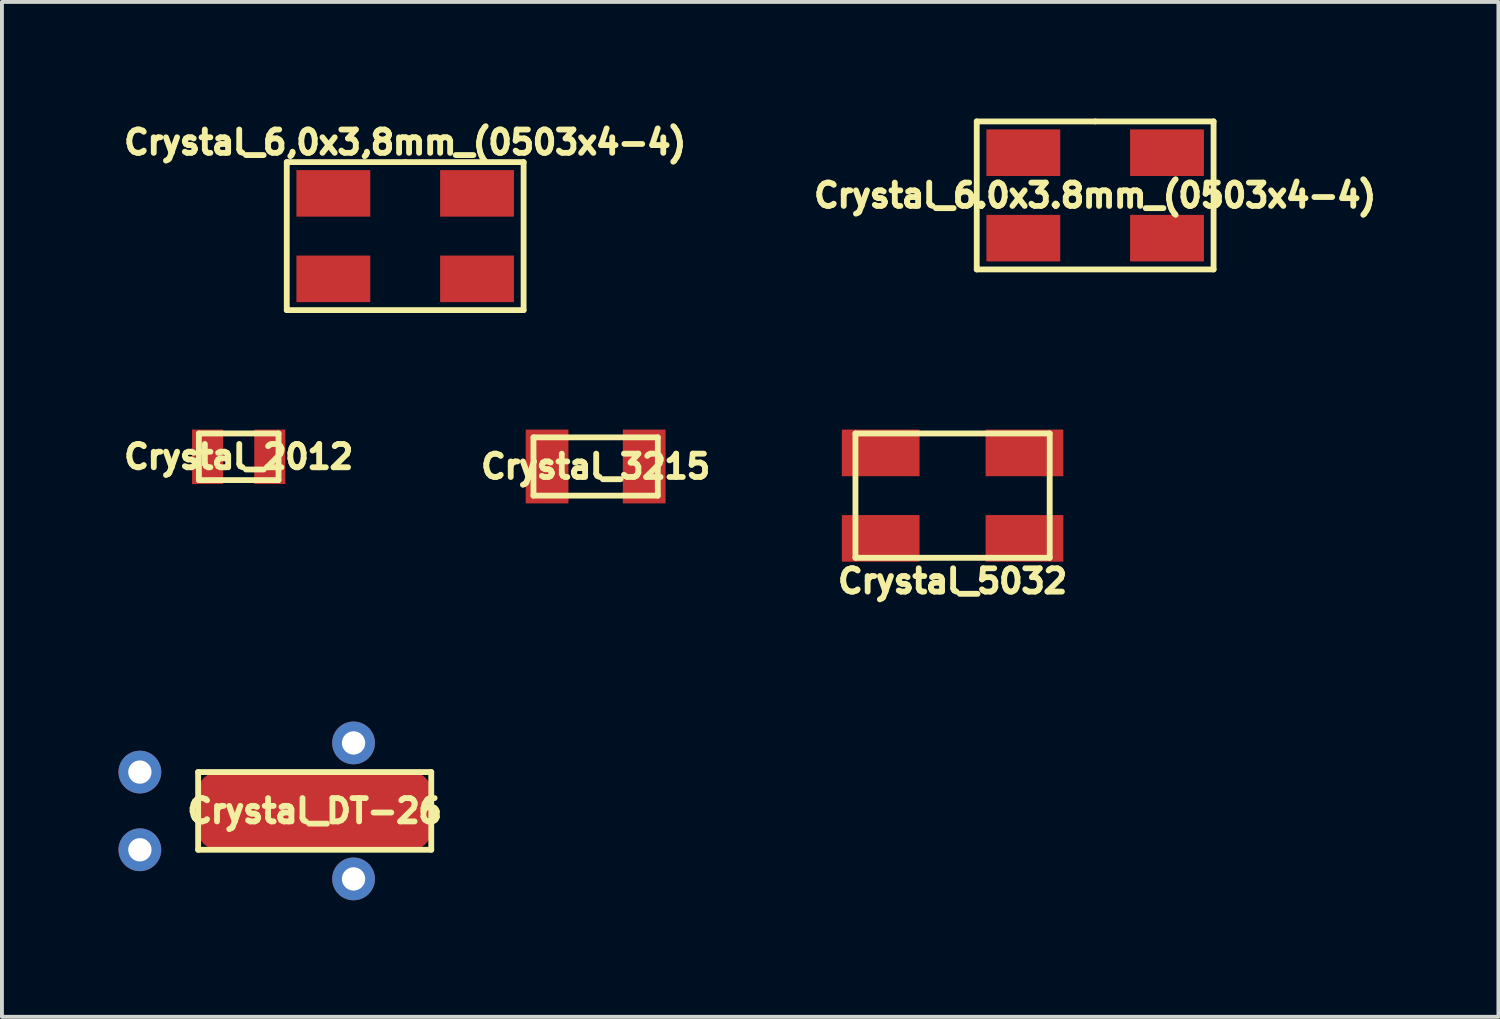
<source format=kicad_pcb>
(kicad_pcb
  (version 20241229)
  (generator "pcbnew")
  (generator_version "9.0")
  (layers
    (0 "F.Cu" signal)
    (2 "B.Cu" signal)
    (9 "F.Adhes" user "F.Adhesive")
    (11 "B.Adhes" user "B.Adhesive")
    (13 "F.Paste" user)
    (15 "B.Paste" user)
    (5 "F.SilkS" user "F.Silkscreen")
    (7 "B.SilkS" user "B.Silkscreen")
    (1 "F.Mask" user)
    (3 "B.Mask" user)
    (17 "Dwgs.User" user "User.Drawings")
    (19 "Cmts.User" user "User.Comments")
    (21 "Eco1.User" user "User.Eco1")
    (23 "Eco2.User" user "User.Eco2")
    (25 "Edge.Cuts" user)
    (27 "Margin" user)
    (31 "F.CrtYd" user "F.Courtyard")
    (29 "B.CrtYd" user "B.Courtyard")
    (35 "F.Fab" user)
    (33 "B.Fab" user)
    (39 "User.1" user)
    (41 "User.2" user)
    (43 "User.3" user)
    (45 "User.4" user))
  (footprint "Crystal_2012"
    (layer "F.Cu")
    (at 3.094 8.707)
    (property "Reference" "Crystal_2012" (at 0 0 0) (layer "F.SilkS") (effects (font (size 0.6 0.6) (thickness 0.15))))
    (attr smd)
    (fp_line (start -1.025 -0.6) (end 1.025 -0.6) (stroke (width 0.15) (type solid)) (layer "F.SilkS"))
    (fp_line (start -1.025 0.6) (end -1.025 -0.6) (stroke (width 0.15) (type solid)) (layer "F.SilkS"))
    (fp_line (start 1.025 -0.6) (end 1.025 0.6) (stroke (width 0.15) (type solid)) (layer "F.SilkS"))
    (fp_line (start 1.025 0.6) (end -1.025 0.6) (stroke (width 0.15) (type solid)) (layer "F.SilkS"))
    (pad "1" smd rect (at -0.8 0) (size 0.8 1.4) (layers "F.Cu" "F.Mask" "F.Paste"))
    (pad "2" smd rect (at 0.8 0) (size 0.8 1.4) (layers "F.Cu" "F.Mask" "F.Paste")))
  (footprint "Crystal_DT-26"
    (layer "F.Cu")
    (at 2.05 17.822)
    (property "Reference" "Crystal_DT-26" (at 3 0 0) (layer "F.SilkS") (effects (font (size 0.6 0.6) (thickness 0.15))))
    (attr through_hole)
    (fp_line (start 0 -1) (end 6 -1) (stroke (width 0.15) (type solid)) (layer "F.SilkS"))
    (fp_line (start 0 1) (end 0 -1) (stroke (width 0.15) (type solid)) (layer "F.SilkS"))
    (fp_line (start 6 -1) (end 6 1) (stroke (width 0.15) (type solid)) (layer "F.SilkS"))
    (fp_line (start 6 1) (end 0 1) (stroke (width 0.15) (type solid)) (layer "F.SilkS"))
    (pad "1" thru_hole circle (at -1.5 1) (size 1.1 1.1) (drill 0.6) (layers "*.Cu" "*.Mask"))
    (pad "2" thru_hole circle (at -1.5 -1) (size 1.1 1.1) (drill 0.6) (layers "*.Cu" "*.Mask"))
    (pad "H" smd roundrect (at 3 0) (size 6 2) (layers "F.Cu") (roundrect_rratio 0.25))
    (pad "H" thru_hole circle (at 4 -1.75) (size 1.1 1.1) (drill 0.6) (layers "*.Cu" "*.Mask"))
    (pad "H" thru_hole circle (at 4 1.75) (size 1.1 1.1) (drill 0.6) (layers "*.Cu" "*.Mask")))
  (footprint "Crystal_6.0x3.8mm_(0503x4-4)"
    (layer "F.Cu")
    (at 25.138 1.98)
    (property "Reference" "Crystal_6.0x3.8mm_(0503x4-4)" (at 0 0 0) (layer "F.SilkS") (effects (font (size 0.6 0.6) (thickness 0.15))))
    (attr smd)
    (fp_line (start -3.048 -1.905) (end 0 -1.905) (stroke (width 0.15) (type solid)) (layer "F.SilkS"))
    (fp_line (start -3.048 1.905) (end -3.048 -1.905) (stroke (width 0.15) (type solid)) (layer "F.SilkS"))
    (fp_line (start 0 -1.905) (end 3.048 -1.905) (stroke (width 0.15) (type solid)) (layer "F.SilkS"))
    (fp_line (start 3.048 -1.905) (end 3.048 1.905) (stroke (width 0.15) (type solid)) (layer "F.SilkS"))
    (fp_line (start 3.048 1.905) (end -3.048 1.905) (stroke (width 0.15) (type solid)) (layer "F.SilkS"))
    (pad "1" smd rect (at -1.849 1.1) (size 1.9 1.199) (layers "F.Cu" "F.Mask" "F.Paste"))
    (pad "2" smd rect (at 1.849 -1.1) (size 1.9 1.199) (layers "F.Cu" "F.Mask" "F.Paste"))
    (pad "H" smd rect (at -1.849 -1.1) (size 1.9 1.199) (layers "F.Cu" "F.Mask" "F.Paste"))
    (pad "H" smd rect (at 1.849 1.1) (size 1.9 1.199) (layers "F.Cu" "F.Mask" "F.Paste")))
  (footprint "Crystal_6,0x3,8mm_(0503x4-4)"
    (layer "F.Cu")
    (at 7.379 3.027)
    (property "Reference" "Crystal_6,0x3,8mm_(0503x4-4)" (at 0 -2.413 0) (layer "F.SilkS") (effects (font (size 0.6 0.6) (thickness 0.15))))
    (attr smd)
    (fp_line (start -3.048 -1.905) (end 0 -1.905) (stroke (width 0.15) (type solid)) (layer "F.SilkS"))
    (fp_line (start -3.048 1.905) (end -3.048 -1.905) (stroke (width 0.15) (type solid)) (layer "F.SilkS"))
    (fp_line (start 0 -1.905) (end 3.048 -1.905) (stroke (width 0.15) (type solid)) (layer "F.SilkS"))
    (fp_line (start 3.048 -1.905) (end 3.048 1.905) (stroke (width 0.15) (type solid)) (layer "F.SilkS"))
    (fp_line (start 3.048 1.905) (end -3.048 1.905) (stroke (width 0.15) (type solid)) (layer "F.SilkS"))
    (pad "1" smd rect (at -1.849 1.1) (size 1.9 1.199) (layers "F.Cu" "F.Mask" "F.Paste"))
    (pad "2" smd rect (at 1.849 -1.1) (size 1.9 1.199) (layers "F.Cu" "F.Mask" "F.Paste"))
    (pad "H" smd rect (at -1.849 -1.1) (size 1.9 1.199) (layers "F.Cu" "F.Mask" "F.Paste"))
    (pad "H" smd rect (at 1.849 1.1) (size 1.9 1.199) (layers "F.Cu" "F.Mask" "F.Paste")))
  (footprint "Crystal_5032"
    (layer "F.Cu")
    (at 21.468 9.707)
    (property "Reference" "Crystal_5032" (at 0 2.2 0) (layer "F.SilkS") (effects (font (size 0.6 0.6) (thickness 0.15))))
    (attr smd)
    (fp_line (start -2.5 -1.6) (end 2.5 -1.6) (stroke (width 0.15) (type solid)) (layer "F.SilkS"))
    (fp_line (start -2.5 1.6) (end -2.5 -1.6) (stroke (width 0.15) (type solid)) (layer "F.SilkS"))
    (fp_line (start 2.5 -1.6) (end 2.5 1.6) (stroke (width 0.15) (type solid)) (layer "F.SilkS"))
    (fp_line (start 2.5 1.6) (end -2.5 1.6) (stroke (width 0.15) (type solid)) (layer "F.SilkS"))
    (pad "1" smd rect (at -1.85 1.1) (size 2 1.2) (layers "F.Cu" "F.Mask" "F.Paste"))
    (pad "2" smd rect (at 1.85 -1.1) (size 2 1.2) (layers "F.Cu" "F.Mask" "F.Paste"))
    (pad "H" smd rect (at -1.85 -1.1) (size 2 1.2) (layers "F.Cu" "F.Mask" "F.Paste"))
    (pad "H" smd rect (at 1.85 1.1) (size 2 1.2) (layers "F.Cu" "F.Mask" "F.Paste")))
  (footprint "Crystal_3215"
    (layer "F.Cu")
    (at 12.281 8.957)
    (property "Reference" "Crystal_3215" (at 0 0 0) (layer "F.SilkS") (effects (font (size 0.6 0.6) (thickness 0.15))))
    (attr smd)
    (fp_line (start -1.6 -0.75) (end 1.6 -0.75) (stroke (width 0.15) (type solid)) (layer "F.SilkS"))
    (fp_line (start -1.6 0.75) (end -1.6 -0.75) (stroke (width 0.15) (type solid)) (layer "F.SilkS"))
    (fp_line (start 1.6 -0.75) (end 1.6 0.75) (stroke (width 0.15) (type solid)) (layer "F.SilkS"))
    (fp_line (start 1.6 0.75) (end -1.6 0.75) (stroke (width 0.15) (type solid)) (layer "F.SilkS"))
    (pad "1" smd rect (at -1.25 0) (size 1.1 1.9) (layers "F.Cu" "F.Mask" "F.Paste"))
    (pad "2" smd rect (at 1.25 0) (size 1.1 1.9) (layers "F.Cu" "F.Mask" "F.Paste")))
  (gr_rect
    (start -3 -3)
    (end 35.517 23.122)
    (stroke (width 0.1) (type default))
    (fill no)
    (layer "Edge.Cuts")))
</source>
